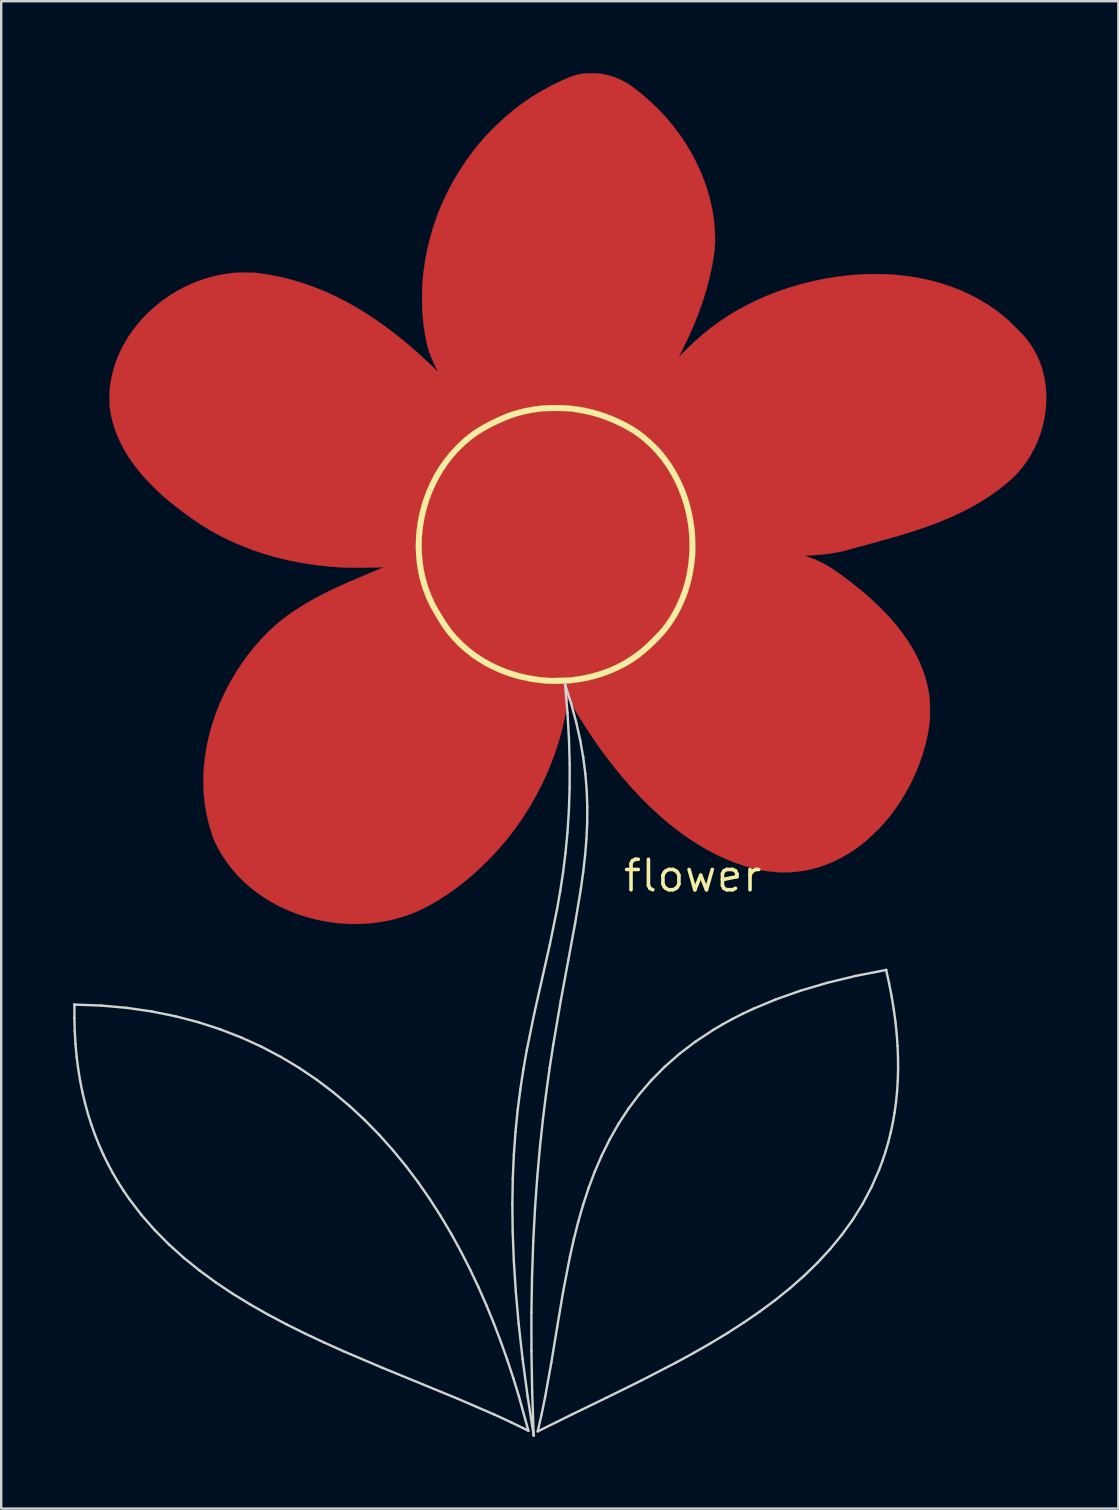
<source format=kicad_pcb>
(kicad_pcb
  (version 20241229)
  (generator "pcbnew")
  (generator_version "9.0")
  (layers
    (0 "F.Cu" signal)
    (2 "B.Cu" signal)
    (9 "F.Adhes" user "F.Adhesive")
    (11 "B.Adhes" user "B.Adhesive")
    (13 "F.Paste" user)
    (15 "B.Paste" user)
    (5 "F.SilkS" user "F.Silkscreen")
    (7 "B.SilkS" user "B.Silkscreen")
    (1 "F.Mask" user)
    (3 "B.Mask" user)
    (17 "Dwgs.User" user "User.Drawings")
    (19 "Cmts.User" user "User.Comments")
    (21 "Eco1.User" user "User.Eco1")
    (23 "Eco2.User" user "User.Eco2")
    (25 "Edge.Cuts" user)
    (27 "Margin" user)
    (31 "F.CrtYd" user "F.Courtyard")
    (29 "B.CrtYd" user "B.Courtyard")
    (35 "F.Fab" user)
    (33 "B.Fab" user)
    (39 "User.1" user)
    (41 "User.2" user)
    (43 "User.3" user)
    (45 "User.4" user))
  (footprint "flower"
    (layer "F.Cu")
    (at 25.818 33.451)
    (property "Reference" "flower" (at 0 0 0) (layer "F.SilkS") (effects (font (size 1.27 1.27) (thickness 0.15))))
    (attr through_hole)
    (fp_poly (pts (xy -4.064 -33.443) (xy -3.946 -33.437) (xy -3.84 -33.428) (xy -3.753 -33.416) (xy -3.484 -33.354) (xy -3.227 -33.271) (xy -2.981 -33.166) (xy -2.749 -33.041) (xy -2.672 -32.993) (xy -2.526 -32.892) (xy -2.368 -32.775) (xy -2.201 -32.642) (xy -2.028 -32.498) (xy -1.854 -32.344) (xy -1.68 -32.185) (xy -1.509 -32.022) (xy -1.347 -31.859) (xy -1.194 -31.698) (xy -1.109 -31.604) (xy -0.826 -31.266) (xy -0.56 -30.916) (xy -0.314 -30.554) (xy -0.088 -30.181) (xy 0.117 -29.801) (xy 0.3 -29.413) (xy 0.462 -29.019) (xy 0.6 -28.622) (xy 0.714 -28.223) (xy 0.793 -27.877) (xy 0.833 -27.667) (xy 0.864 -27.473) (xy 0.889 -27.285) (xy 0.907 -27.095) (xy 0.92 -26.894) (xy 0.926 -26.776) (xy 0.931 -26.609) (xy 0.931 -26.451) (xy 0.926 -26.297) (xy 0.915 -26.141) (xy 0.898 -25.981) (xy 0.875 -25.81) (xy 0.845 -25.626) (xy 0.807 -25.423) (xy 0.793 -25.353) (xy 0.688 -24.875) (xy 0.559 -24.393) (xy 0.407 -23.907) (xy 0.231 -23.416) (xy 0.032 -22.92) (xy -0.191 -22.418) (xy -0.43 -21.927) (xy -0.47 -21.847) (xy -0.506 -21.775) (xy -0.537 -21.713) (xy -0.561 -21.666) (xy -0.577 -21.634) (xy -0.582 -21.623) (xy -0.575 -21.629) (xy -0.552 -21.651) (xy -0.515 -21.687) (xy -0.467 -21.734) (xy -0.409 -21.792) (xy -0.344 -21.857) (xy -0.31 -21.891) (xy 0.03 -22.219) (xy 0.372 -22.523) (xy 0.721 -22.807) (xy 1.078 -23.071) (xy 1.447 -23.319) (xy 1.715 -23.485) (xy 2.14 -23.725) (xy 2.582 -23.947) (xy 3.038 -24.151) (xy 3.506 -24.336) (xy 3.985 -24.501) (xy 4.473 -24.647) (xy 4.967 -24.772) (xy 5.466 -24.876) (xy 5.967 -24.96) (xy 6.47 -25.022) (xy 6.972 -25.062) (xy 7.471 -25.079) (xy 7.965 -25.074) (xy 8.453 -25.046) (xy 8.547 -25.037) (xy 9.022 -24.982) (xy 9.485 -24.905) (xy 9.933 -24.807) (xy 10.368 -24.688) (xy 10.789 -24.549) (xy 11.196 -24.388) (xy 11.589 -24.206) (xy 11.968 -24.004) (xy 12.332 -23.781) (xy 12.681 -23.538) (xy 12.992 -23.293) (xy 13.055 -23.239) (xy 13.13 -23.17) (xy 13.216 -23.09) (xy 13.309 -23.002) (xy 13.404 -22.908) (xy 13.5 -22.813) (xy 13.593 -22.72) (xy 13.679 -22.632) (xy 13.755 -22.551) (xy 13.818 -22.482) (xy 13.854 -22.441) (xy 14.04 -22.202) (xy 14.202 -21.953) (xy 14.343 -21.692) (xy 14.463 -21.419) (xy 14.561 -21.133) (xy 14.639 -20.831) (xy 14.656 -20.752) (xy 14.698 -20.495) (xy 14.724 -20.225) (xy 14.733 -19.946) (xy 14.727 -19.664) (xy 14.704 -19.386) (xy 14.666 -19.117) (xy 14.661 -19.09) (xy 14.59 -18.765) (xy 14.496 -18.447) (xy 14.383 -18.138) (xy 14.249 -17.84) (xy 14.097 -17.554) (xy 13.927 -17.283) (xy 13.741 -17.027) (xy 13.538 -16.789) (xy 13.321 -16.571) (xy 13.021 -16.309) (xy 12.698 -16.056) (xy 12.352 -15.813) (xy 11.984 -15.58) (xy 11.595 -15.358) (xy 11.185 -15.147) (xy 10.754 -14.948) (xy 10.303 -14.76) (xy 10.116 -14.687) (xy 9.959 -14.628) (xy 9.803 -14.572) (xy 9.647 -14.516) (xy 9.489 -14.462) (xy 9.326 -14.407) (xy 9.158 -14.352) (xy 8.981 -14.297) (xy 8.795 -14.24) (xy 8.597 -14.18) (xy 8.386 -14.118) (xy 8.159 -14.053) (xy 7.915 -13.985) (xy 7.652 -13.912) (xy 7.368 -13.834) (xy 7.061 -13.75) (xy 7.055 -13.748) (xy 6.94 -13.717) (xy 6.828 -13.687) (xy 6.721 -13.658) (xy 6.624 -13.631) (xy 6.54 -13.608) (xy 6.472 -13.59) (xy 6.425 -13.577) (xy 6.42 -13.575) (xy 6.174 -13.514) (xy 5.906 -13.462) (xy 5.62 -13.419) (xy 5.318 -13.385) (xy 5.002 -13.362) (xy 4.978 -13.361) (xy 4.9 -13.356) (xy 4.828 -13.353) (xy 4.767 -13.35) (xy 4.722 -13.348) (xy 4.699 -13.347) (xy 4.686 -13.345) (xy 4.691 -13.339) (xy 4.713 -13.328) (xy 4.757 -13.31) (xy 4.822 -13.286) (xy 4.826 -13.285) (xy 5.001 -13.22) (xy 5.163 -13.153) (xy 5.318 -13.082) (xy 5.469 -13.005) (xy 5.62 -12.92) (xy 5.775 -12.825) (xy 5.938 -12.717) (xy 6.114 -12.594) (xy 6.204 -12.529) (xy 6.609 -12.224) (xy 6.99 -11.919) (xy 7.346 -11.615) (xy 7.677 -11.311) (xy 7.984 -11.006) (xy 8.268 -10.7) (xy 8.528 -10.393) (xy 8.765 -10.085) (xy 8.979 -9.775) (xy 9.17 -9.463) (xy 9.34 -9.148) (xy 9.34 -9.148) (xy 9.489 -8.828) (xy 9.614 -8.51) (xy 9.716 -8.188) (xy 9.796 -7.861) (xy 9.856 -7.525) (xy 9.864 -7.468) (xy 9.872 -7.388) (xy 9.879 -7.288) (xy 9.884 -7.173) (xy 9.887 -7.047) (xy 9.888 -6.916) (xy 9.888 -6.784) (xy 9.886 -6.656) (xy 9.882 -6.536) (xy 9.876 -6.429) (xy 9.869 -6.341) (xy 9.864 -6.303) (xy 9.791 -5.878) (xy 9.694 -5.455) (xy 9.572 -5.036) (xy 9.428 -4.623) (xy 9.26 -4.218) (xy 9.071 -3.821) (xy 8.86 -3.435) (xy 8.629 -3.061) (xy 8.379 -2.702) (xy 8.322 -2.626) (xy 8.203 -2.473) (xy 8.09 -2.334) (xy 7.976 -2.201) (xy 7.856 -2.069) (xy 7.724 -1.932) (xy 7.646 -1.853) (xy 7.436 -1.651) (xy 7.231 -1.467) (xy 7.025 -1.299) (xy 6.813 -1.142) (xy 6.623 -1.013) (xy 6.304 -0.819) (xy 5.98 -0.649) (xy 5.651 -0.504) (xy 5.317 -0.383) (xy 4.979 -0.287) (xy 4.637 -0.215) (xy 4.292 -0.169) (xy 3.945 -0.147) (xy 3.596 -0.151) (xy 3.245 -0.179) (xy 2.893 -0.233) (xy 2.877 -0.236) (xy 2.481 -0.325) (xy 2.084 -0.439) (xy 1.689 -0.578) (xy 1.293 -0.742) (xy 0.899 -0.929) (xy 0.506 -1.142) (xy 0.115 -1.377) (xy -0.275 -1.637) (xy -0.662 -1.92) (xy -1.046 -2.226) (xy -1.427 -2.555) (xy -1.805 -2.907) (xy -2.179 -3.281) (xy -2.548 -3.677) (xy -2.913 -4.096) (xy -3.232 -4.483) (xy -3.61 -4.971) (xy -3.973 -5.47) (xy -4.324 -5.985) (xy -4.665 -6.52) (xy -4.771 -6.694) (xy -4.813 -6.763) (xy -4.861 -6.843) (xy -4.911 -6.929) (xy -4.963 -7.017) (xy -5.014 -7.105) (xy -5.062 -7.188) (xy -5.104 -7.262) (xy -5.139 -7.323) (xy -5.164 -7.369) (xy -5.172 -7.385) (xy -5.192 -7.423) (xy -5.199 -7.391) (xy -5.202 -7.369) (xy -5.209 -7.326) (xy -5.218 -7.267) (xy -5.229 -7.198) (xy -5.238 -7.131) (xy -5.322 -6.642) (xy -5.431 -6.152) (xy -5.563 -5.663) (xy -5.719 -5.175) (xy -5.897 -4.691) (xy -6.098 -4.212) (xy -6.32 -3.74) (xy -6.563 -3.277) (xy -6.826 -2.823) (xy -7.109 -2.381) (xy -7.134 -2.343) (xy -7.409 -1.953) (xy -7.695 -1.58) (xy -7.997 -1.22) (xy -8.317 -0.867) (xy -8.509 -0.669) (xy -8.843 -0.34) (xy -9.179 -0.035) (xy -9.518 0.249) (xy -9.864 0.516) (xy -10.219 0.766) (xy -10.587 1.003) (xy -10.739 1.095) (xy -11.06 1.276) (xy -11.379 1.433) (xy -11.7 1.57) (xy -12.026 1.686) (xy -12.362 1.785) (xy -12.56 1.833) (xy -12.874 1.897) (xy -13.199 1.947) (xy -13.53 1.982) (xy -13.86 2.002) (xy -14.183 2.006) (xy -14.427 1.998) (xy -14.844 1.964) (xy -15.255 1.906) (xy -15.658 1.827) (xy -16.054 1.725) (xy -16.44 1.602) (xy -16.815 1.457) (xy -17.178 1.293) (xy -17.529 1.108) (xy -17.865 0.903) (xy -18.186 0.679) (xy -18.348 0.553) (xy -18.638 0.305) (xy -18.907 0.043) (xy -19.155 -0.233) (xy -19.383 -0.523) (xy -19.589 -0.825) (xy -19.773 -1.14) (xy -19.838 -1.265) (xy -19.873 -1.336) (xy -19.902 -1.395) (xy -19.927 -1.45) (xy -19.95 -1.504) (xy -19.972 -1.563) (xy -19.997 -1.633) (xy -20.027 -1.72) (xy -20.043 -1.765) (xy -20.16 -2.15) (xy -20.253 -2.542) (xy -20.322 -2.942) (xy -20.368 -3.348) (xy -20.39 -3.76) (xy -20.389 -4.177) (xy -20.364 -4.597) (xy -20.315 -5.021) (xy -20.243 -5.448) (xy -20.147 -5.876) (xy -20.028 -6.304) (xy -19.886 -6.733) (xy -19.879 -6.75) (xy -19.714 -7.172) (xy -19.525 -7.588) (xy -19.315 -7.997) (xy -19.084 -8.397) (xy -18.835 -8.786) (xy -18.568 -9.161) (xy -18.284 -9.52) (xy -17.986 -9.861) (xy -17.675 -10.181) (xy -17.664 -10.192) (xy -17.389 -10.444) (xy -17.09 -10.691) (xy -16.766 -10.931) (xy -16.42 -11.164) (xy -16.05 -11.39) (xy -15.748 -11.56) (xy -15.608 -11.635) (xy -15.466 -11.709) (xy -15.321 -11.783) (xy -15.171 -11.858) (xy -15.013 -11.933) (xy -14.846 -12.012) (xy -14.668 -12.093) (xy -14.477 -12.178) (xy -14.271 -12.269) (xy -14.048 -12.365) (xy -13.807 -12.469) (xy -13.545 -12.579) (xy -13.386 -12.646) (xy -13.28 -12.691) (xy -13.18 -12.732) (xy -13.091 -12.77) (xy -13.014 -12.803) (xy -12.952 -12.83) (xy -12.906 -12.85) (xy -12.88 -12.861) (xy -12.875 -12.864) (xy -12.883 -12.866) (xy -12.911 -12.867) (xy -12.955 -12.865) (xy -12.99 -12.863) (xy -13.064 -12.859) (xy -13.16 -12.855) (xy -13.273 -12.852) (xy -13.401 -12.849) (xy -13.539 -12.847) (xy -13.683 -12.845) (xy -13.83 -12.844) (xy -13.975 -12.843) (xy -14.116 -12.843) (xy -14.247 -12.844) (xy -14.366 -12.846) (xy -14.468 -12.848) (xy -14.55 -12.851) (xy -14.561 -12.851) (xy -15.136 -12.891) (xy -15.698 -12.952) (xy -16.245 -13.034) (xy -16.78 -13.137) (xy -17.301 -13.26) (xy -17.811 -13.405) (xy -18.309 -13.571) (xy -18.676 -13.709) (xy -19.065 -13.872) (xy -19.436 -14.043) (xy -19.794 -14.225) (xy -20.142 -14.421) (xy -20.486 -14.633) (xy -20.83 -14.864) (xy -21.165 -15.106) (xy -21.354 -15.248) (xy -21.525 -15.379) (xy -21.681 -15.502) (xy -21.824 -15.618) (xy -21.957 -15.73) (xy -22.085 -15.841) (xy -22.208 -15.953) (xy -22.331 -16.069) (xy -22.433 -16.167) (xy -22.727 -16.468) (xy -22.995 -16.769) (xy -23.238 -17.073) (xy -23.457 -17.378) (xy -23.65 -17.686) (xy -23.819 -17.996) (xy -23.964 -18.309) (xy -24.084 -18.625) (xy -24.18 -18.944) (xy -24.252 -19.267) (xy -24.278 -19.425) (xy -24.288 -19.509) (xy -24.295 -19.614) (xy -24.3 -19.732) (xy -24.302 -19.86) (xy -24.302 -19.99) (xy -24.3 -20.119) (xy -24.295 -20.24) (xy -24.288 -20.347) (xy -24.279 -20.436) (xy -24.278 -20.441) (xy -24.216 -20.789) (xy -24.13 -21.13) (xy -24.02 -21.465) (xy -23.886 -21.792) (xy -23.728 -22.111) (xy -23.547 -22.42) (xy -23.344 -22.72) (xy -23.118 -23.009) (xy -22.967 -23.183) (xy -22.695 -23.465) (xy -22.407 -23.726) (xy -22.106 -23.968) (xy -21.791 -24.189) (xy -21.463 -24.388) (xy -21.124 -24.566) (xy -20.774 -24.721) (xy -20.414 -24.854) (xy -20.046 -24.964) (xy -19.669 -25.049) (xy -19.286 -25.111) (xy -19.241 -25.117) (xy -19.161 -25.124) (xy -19.062 -25.13) (xy -18.948 -25.135) (xy -18.825 -25.138) (xy -18.697 -25.14) (xy -18.57 -25.14) (xy -18.447 -25.138) (xy -18.335 -25.135) (xy -18.237 -25.13) (xy -18.16 -25.124) (xy -18.155 -25.123) (xy -17.675 -25.055) (xy -17.195 -24.961) (xy -16.716 -24.842) (xy -16.238 -24.699) (xy -15.764 -24.532) (xy -15.293 -24.341) (xy -14.863 -24.143) (xy -14.421 -23.916) (xy -13.978 -23.666) (xy -13.534 -23.391) (xy -13.09 -23.093) (xy -12.646 -22.772) (xy -12.204 -22.429) (xy -11.764 -22.065) (xy -11.328 -21.68) (xy -10.897 -21.275) (xy -10.835 -21.215) (xy -10.774 -21.156) (xy -10.72 -21.105) (xy -10.675 -21.062) (xy -10.642 -21.031) (xy -10.623 -21.014) (xy -10.619 -21.012) (xy -10.626 -21.027) (xy -10.642 -21.061) (xy -10.666 -21.109) (xy -10.694 -21.168) (xy -10.711 -21.203) (xy -10.817 -21.428) (xy -10.907 -21.637) (xy -10.98 -21.83) (xy -11.037 -22.009) (xy -11.076 -22.159) (xy -11.12 -22.376) (xy -11.161 -22.611) (xy -11.198 -22.857) (xy -11.229 -23.105) (xy -11.253 -23.35) (xy -11.264 -23.5) (xy -11.269 -23.59) (xy -11.272 -23.7) (xy -11.275 -23.825) (xy -11.277 -23.96) (xy -11.277 -24.098) (xy -11.276 -24.236) (xy -11.275 -24.368) (xy -11.272 -24.489) (xy -11.268 -24.594) (xy -11.265 -24.657) (xy -11.219 -25.158) (xy -11.148 -25.655) (xy -11.052 -26.147) (xy -10.932 -26.633) (xy -10.789 -27.113) (xy -10.621 -27.585) (xy -10.43 -28.049) (xy -10.216 -28.505) (xy -9.978 -28.951) (xy -9.719 -29.386) (xy -9.436 -29.811) (xy -9.232 -30.093) (xy -9.07 -30.304) (xy -8.908 -30.503) (xy -8.743 -30.696) (xy -8.569 -30.887) (xy -8.382 -31.081) (xy -8.215 -31.248) (xy -7.859 -31.582) (xy -7.493 -31.893) (xy -7.114 -32.182) (xy -6.723 -32.451) (xy -6.316 -32.7) (xy -5.894 -32.93) (xy -5.454 -33.143) (xy -5.361 -33.184) (xy -5.23 -33.241) (xy -5.114 -33.288) (xy -5.01 -33.326) (xy -4.911 -33.357) (xy -4.812 -33.383) (xy -4.707 -33.405) (xy -4.616 -33.422) (xy -4.531 -33.433) (xy -4.427 -33.441) (xy -4.311 -33.445) (xy -4.187 -33.446) (xy -4.064 -33.443)) (stroke (width 0.01) (type solid)) (fill yes) (layer "F.Cu"))
    (fp_poly (pts (xy -5.582 -19.618) (xy -5.299 -19.606) (xy -5.032 -19.584) (xy -4.775 -19.552) (xy -4.518 -19.507) (xy -4.255 -19.448) (xy -4.153 -19.423) (xy -3.866 -19.341) (xy -3.577 -19.242) (xy -3.292 -19.13) (xy -3.013 -19.006) (xy -2.746 -18.871) (xy -2.494 -18.728) (xy -2.263 -18.578) (xy -2.223 -18.55) (xy -2.091 -18.452) (xy -1.951 -18.339) (xy -1.807 -18.215) (xy -1.665 -18.086) (xy -1.529 -17.955) (xy -1.403 -17.826) (xy -1.292 -17.704) (xy -1.249 -17.653) (xy -1.044 -17.389) (xy -0.857 -17.119) (xy -0.687 -16.837) (xy -0.529 -16.537) (xy -0.513 -16.504) (xy -0.368 -16.184) (xy -0.243 -15.861) (xy -0.138 -15.531) (xy -0.051 -15.191) (xy 0.019 -14.838) (xy 0.071 -14.469) (xy 0.084 -14.357) (xy 0.092 -14.265) (xy 0.098 -14.153) (xy 0.102 -14.027) (xy 0.105 -13.892) (xy 0.106 -13.753) (xy 0.106 -13.616) (xy 0.104 -13.487) (xy 0.1 -13.369) (xy 0.094 -13.27) (xy 0.091 -13.233) (xy 0.045 -12.856) (xy -0.02 -12.494) (xy -0.103 -12.146) (xy -0.206 -11.809) (xy -0.33 -11.482) (xy -0.474 -11.163) (xy -0.476 -11.157) (xy -0.609 -10.901) (xy -0.75 -10.662) (xy -0.902 -10.434) (xy -1.067 -10.215) (xy -1.249 -10.001) (xy -1.451 -9.787) (xy -1.631 -9.611) (xy -1.816 -9.44) (xy -1.991 -9.287) (xy -2.16 -9.15) (xy -2.326 -9.026) (xy -2.494 -8.912) (xy -2.667 -8.805) (xy -2.849 -8.703) (xy -3.045 -8.603) (xy -3.067 -8.592) (xy -3.409 -8.439) (xy -3.761 -8.308) (xy -4.125 -8.201) (xy -4.5 -8.115) (xy -4.887 -8.053) (xy -5.055 -8.033) (xy -5.139 -8.025) (xy -5.243 -8.019) (xy -5.361 -8.014) (xy -5.489 -8.01) (xy -5.62 -8.008) (xy -5.748 -8.007) (xy -5.87 -8.007) (xy -5.979 -8.009) (xy -6.069 -8.013) (xy -6.088 -8.014) (xy -6.335 -8.037) (xy -6.593 -8.071) (xy -6.852 -8.115) (xy -7.103 -8.166) (xy -7.289 -8.212) (xy -7.644 -8.318) (xy -7.989 -8.444) (xy -8.322 -8.591) (xy -8.642 -8.756) (xy -8.949 -8.94) (xy -9.241 -9.141) (xy -9.516 -9.359) (xy -9.775 -9.593) (xy -10.016 -9.842) (xy -10.237 -10.105) (xy -10.438 -10.381) (xy -10.575 -10.598) (xy -10.619 -10.672) (xy -10.671 -10.759) (xy -10.723 -10.847) (xy -10.772 -10.928) (xy -10.78 -10.941) (xy -10.953 -11.254) (xy -11.105 -11.579) (xy -11.233 -11.914) (xy -11.34 -12.257) (xy -11.424 -12.608) (xy -11.485 -12.965) (xy -11.523 -13.328) (xy -11.538 -13.695) (xy -11.536 -13.777) (xy -11.299 -13.777) (xy -11.289 -13.417) (xy -11.257 -13.062) (xy -11.201 -12.711) (xy -11.124 -12.368) (xy -11.023 -12.032) (xy -10.901 -11.706) (xy -10.756 -11.391) (xy -10.75 -11.379) (xy -10.688 -11.261) (xy -10.616 -11.132) (xy -10.537 -10.996) (xy -10.453 -10.857) (xy -10.367 -10.718) (xy -10.28 -10.584) (xy -10.197 -10.459) (xy -10.119 -10.347) (xy -10.049 -10.251) (xy -10.017 -10.211) (xy -9.788 -9.946) (xy -9.54 -9.698) (xy -9.274 -9.468) (xy -8.992 -9.255) (xy -8.694 -9.061) (xy -8.381 -8.886) (xy -8.054 -8.731) (xy -7.715 -8.596) (xy -7.363 -8.482) (xy -7.132 -8.42) (xy -6.865 -8.36) (xy -6.599 -8.313) (xy -6.327 -8.276) (xy -6.052 -8.25) (xy -5.998 -8.248) (xy -5.925 -8.246) (xy -5.834 -8.246) (xy -5.732 -8.247) (xy -5.622 -8.249) (xy -5.509 -8.251) (xy -5.397 -8.254) (xy -5.292 -8.258) (xy -5.197 -8.262) (xy -5.116 -8.267) (xy -5.055 -8.272) (xy -5.042 -8.273) (xy -4.657 -8.329) (xy -4.288 -8.406) (xy -3.933 -8.503) (xy -3.592 -8.621) (xy -3.264 -8.759) (xy -2.948 -8.919) (xy -2.645 -9.101) (xy -2.353 -9.305) (xy -2.117 -9.491) (xy -2.055 -9.545) (xy -1.98 -9.613) (xy -1.897 -9.691) (xy -1.809 -9.776) (xy -1.718 -9.866) (xy -1.627 -9.956) (xy -1.54 -10.045) (xy -1.459 -10.129) (xy -1.388 -10.204) (xy -1.33 -10.269) (xy -1.287 -10.319) (xy -1.119 -10.541) (xy -0.97 -10.761) (xy -0.834 -10.988) (xy -0.707 -11.229) (xy -0.692 -11.259) (xy -0.544 -11.588) (xy -0.418 -11.925) (xy -0.316 -12.271) (xy -0.236 -12.627) (xy -0.178 -12.993) (xy -0.143 -13.371) (xy -0.131 -13.621) (xy -0.133 -13.994) (xy -0.157 -14.364) (xy -0.204 -14.73) (xy -0.272 -15.09) (xy -0.361 -15.443) (xy -0.471 -15.787) (xy -0.601 -16.122) (xy -0.75 -16.446) (xy -0.918 -16.758) (xy -1.104 -17.057) (xy -1.308 -17.341) (xy -1.529 -17.609) (xy -1.766 -17.86) (xy -2.02 -18.092) (xy -2.136 -18.187) (xy -2.289 -18.305) (xy -2.442 -18.412) (xy -2.6 -18.513) (xy -2.769 -18.61) (xy -2.954 -18.708) (xy -3.042 -18.752) (xy -3.351 -18.895) (xy -3.657 -19.018) (xy -3.964 -19.122) (xy -4.278 -19.208) (xy -4.603 -19.279) (xy -4.944 -19.335) (xy -5.067 -19.351) (xy -5.152 -19.359) (xy -5.258 -19.366) (xy -5.379 -19.37) (xy -5.512 -19.374) (xy -5.652 -19.375) (xy -5.793 -19.375) (xy -5.932 -19.373) (xy -6.064 -19.37) (xy -6.184 -19.365) (xy -6.288 -19.358) (xy -6.363 -19.351) (xy -6.626 -19.313) (xy -6.875 -19.268) (xy -7.113 -19.213) (xy -7.345 -19.148) (xy -7.576 -19.071) (xy -7.81 -18.979) (xy -8.053 -18.873) (xy -8.308 -18.75) (xy -8.317 -18.746) (xy -8.526 -18.638) (xy -8.716 -18.531) (xy -8.891 -18.423) (xy -9.057 -18.31) (xy -9.218 -18.188) (xy -9.379 -18.055) (xy -9.521 -17.93) (xy -9.761 -17.696) (xy -9.987 -17.441) (xy -10.2 -17.168) (xy -10.396 -16.878) (xy -10.577 -16.573) (xy -10.739 -16.256) (xy -10.882 -15.928) (xy -11.004 -15.591) (xy -11.006 -15.584) (xy -11.111 -15.226) (xy -11.193 -14.865) (xy -11.251 -14.502) (xy -11.287 -14.139) (xy -11.299 -13.777) (xy -11.536 -13.777) (xy -11.53 -14.064) (xy -11.499 -14.436) (xy -11.445 -14.807) (xy -11.368 -15.178) (xy -11.267 -15.547) (xy -11.221 -15.691) (xy -11.086 -16.058) (xy -10.93 -16.41) (xy -10.754 -16.746) (xy -10.558 -17.068) (xy -10.341 -17.375) (xy -10.104 -17.667) (xy -9.846 -17.943) (xy -9.837 -17.952) (xy -9.661 -18.122) (xy -9.489 -18.276) (xy -9.315 -18.416) (xy -9.136 -18.546) (xy -8.947 -18.669) (xy -8.743 -18.789) (xy -8.521 -18.909) (xy -8.433 -18.953) (xy -8.255 -19.041) (xy -8.094 -19.117) (xy -7.946 -19.183) (xy -7.807 -19.241) (xy -7.672 -19.292) (xy -7.537 -19.338) (xy -7.398 -19.381) (xy -7.269 -19.417) (xy -6.945 -19.496) (xy -6.623 -19.555) (xy -6.297 -19.595) (xy -5.964 -19.616) (xy -5.619 -19.618) (xy -5.582 -19.618)) (stroke (width 0.01) (type solid)) (fill yes) (layer "F.SilkS"))
    (fp_line (start -25.768 5.929) (end -25.753 6.478) (stroke (width 0.1) (type solid)) (layer "Edge.Cuts"))
    (fp_line (start -25.765 5.365) (end -25.768 5.929) (stroke (width 0.1) (type solid)) (layer "Edge.Cuts"))
    (fp_line (start -25.765 5.365) (end -25.765 5.365) (stroke (width 0.1) (type solid)) (layer "Edge.Cuts"))
    (fp_line (start -25.765 5.365) (end -25.765 5.365) (stroke (width 0.1) (type solid)) (layer "Edge.Cuts"))
    (fp_line (start -25.753 6.478) (end -25.722 7.012) (stroke (width 0.1) (type solid)) (layer "Edge.Cuts"))
    (fp_line (start -25.722 7.012) (end -25.674 7.532) (stroke (width 0.1) (type solid)) (layer "Edge.Cuts"))
    (fp_line (start -25.674 7.532) (end -25.61 8.038) (stroke (width 0.1) (type solid)) (layer "Edge.Cuts"))
    (fp_line (start -25.61 8.038) (end -25.53 8.531) (stroke (width 0.1) (type solid)) (layer "Edge.Cuts"))
    (fp_line (start -25.53 8.531) (end -25.435 9.01) (stroke (width 0.1) (type solid)) (layer "Edge.Cuts"))
    (fp_line (start -25.435 9.01) (end -25.324 9.475) (stroke (width 0.1) (type solid)) (layer "Edge.Cuts"))
    (fp_line (start -25.324 9.475) (end -25.2 9.928) (stroke (width 0.1) (type solid)) (layer "Edge.Cuts"))
    (fp_line (start -25.2 9.928) (end -25.061 10.368) (stroke (width 0.1) (type solid)) (layer "Edge.Cuts"))
    (fp_line (start -25.061 10.368) (end -24.908 10.796) (stroke (width 0.1) (type solid)) (layer "Edge.Cuts"))
    (fp_line (start -24.908 10.796) (end -24.741 11.212) (stroke (width 0.1) (type solid)) (layer "Edge.Cuts"))
    (fp_line (start -24.741 11.212) (end -24.562 11.616) (stroke (width 0.1) (type solid)) (layer "Edge.Cuts"))
    (fp_line (start -24.649 5.406) (end -25.765 5.365) (stroke (width 0.1) (type solid)) (layer "Edge.Cuts"))
    (fp_line (start -24.562 11.616) (end -24.369 12.008) (stroke (width 0.1) (type solid)) (layer "Edge.Cuts"))
    (fp_line (start -24.369 12.008) (end -24.165 12.39) (stroke (width 0.1) (type solid)) (layer "Edge.Cuts"))
    (fp_line (start -24.165 12.39) (end -23.948 12.76) (stroke (width 0.1) (type solid)) (layer "Edge.Cuts"))
    (fp_line (start -23.948 12.76) (end -23.72 13.119) (stroke (width 0.1) (type solid)) (layer "Edge.Cuts"))
    (fp_line (start -23.72 13.119) (end -23.48 13.469) (stroke (width 0.1) (type solid)) (layer "Edge.Cuts"))
    (fp_line (start -23.575 5.502) (end -24.649 5.406) (stroke (width 0.1) (type solid)) (layer "Edge.Cuts"))
    (fp_line (start -23.48 13.469) (end -22.969 14.137) (stroke (width 0.1) (type solid)) (layer "Edge.Cuts"))
    (fp_line (start -22.969 14.137) (end -22.417 14.767) (stroke (width 0.1) (type solid)) (layer "Edge.Cuts"))
    (fp_line (start -22.542 5.652) (end -23.575 5.502) (stroke (width 0.1) (type solid)) (layer "Edge.Cuts"))
    (fp_line (start -22.417 14.767) (end -21.828 15.361) (stroke (width 0.1) (type solid)) (layer "Edge.Cuts"))
    (fp_line (start -21.828 15.361) (end -21.205 15.922) (stroke (width 0.1) (type solid)) (layer "Edge.Cuts"))
    (fp_line (start -21.549 5.853) (end -22.542 5.652) (stroke (width 0.1) (type solid)) (layer "Edge.Cuts"))
    (fp_line (start -21.205 15.922) (end -20.55 16.45) (stroke (width 0.1) (type solid)) (layer "Edge.Cuts"))
    (fp_line (start -20.596 6.102) (end -21.549 5.853) (stroke (width 0.1) (type solid)) (layer "Edge.Cuts"))
    (fp_line (start -20.55 16.45) (end -19.867 16.95) (stroke (width 0.1) (type solid)) (layer "Edge.Cuts"))
    (fp_line (start -19.867 16.95) (end -19.159 17.423) (stroke (width 0.1) (type solid)) (layer "Edge.Cuts"))
    (fp_line (start -19.682 6.399) (end -20.596 6.102) (stroke (width 0.1) (type solid)) (layer "Edge.Cuts"))
    (fp_line (start -19.159 17.423) (end -18.428 17.87) (stroke (width 0.1) (type solid)) (layer "Edge.Cuts"))
    (fp_line (start -18.805 6.74) (end -19.682 6.399) (stroke (width 0.1) (type solid)) (layer "Edge.Cuts"))
    (fp_line (start -18.428 17.87) (end -17.679 18.295) (stroke (width 0.1) (type solid)) (layer "Edge.Cuts"))
    (fp_line (start -17.966 7.123) (end -18.805 6.74) (stroke (width 0.1) (type solid)) (layer "Edge.Cuts"))
    (fp_line (start -17.679 18.295) (end -16.912 18.7) (stroke (width 0.1) (type solid)) (layer "Edge.Cuts"))
    (fp_line (start -17.163 7.546) (end -17.966 7.123) (stroke (width 0.1) (type solid)) (layer "Edge.Cuts"))
    (fp_line (start -16.912 18.7) (end -16.133 19.087) (stroke (width 0.1) (type solid)) (layer "Edge.Cuts"))
    (fp_line (start -16.396 8.006) (end -17.163 7.546) (stroke (width 0.1) (type solid)) (layer "Edge.Cuts"))
    (fp_line (start -16.133 19.087) (end -15.343 19.457) (stroke (width 0.1) (type solid)) (layer "Edge.Cuts"))
    (fp_line (start -15.663 8.502) (end -16.396 8.006) (stroke (width 0.1) (type solid)) (layer "Edge.Cuts"))
    (fp_line (start -15.343 19.457) (end -14.547 19.814) (stroke (width 0.1) (type solid)) (layer "Edge.Cuts"))
    (fp_line (start -14.964 9.032) (end -15.663 8.502) (stroke (width 0.1) (type solid)) (layer "Edge.Cuts"))
    (fp_line (start -14.547 19.814) (end -12.944 20.497) (stroke (width 0.1) (type solid)) (layer "Edge.Cuts"))
    (fp_line (start -14.298 9.592) (end -14.964 9.032) (stroke (width 0.1) (type solid)) (layer "Edge.Cuts"))
    (fp_line (start -13.664 10.181) (end -14.298 9.592) (stroke (width 0.1) (type solid)) (layer "Edge.Cuts"))
    (fp_line (start -13.062 10.796) (end -13.664 10.181) (stroke (width 0.1) (type solid)) (layer "Edge.Cuts"))
    (fp_line (start -12.944 20.497) (end -9.784 21.795) (stroke (width 0.1) (type solid)) (layer "Edge.Cuts"))
    (fp_line (start -12.491 11.436) (end -13.062 10.796) (stroke (width 0.1) (type solid)) (layer "Edge.Cuts"))
    (fp_line (start -11.949 12.097) (end -12.491 11.436) (stroke (width 0.1) (type solid)) (layer "Edge.Cuts"))
    (fp_line (start -11.436 12.778) (end -11.949 12.097) (stroke (width 0.1) (type solid)) (layer "Edge.Cuts"))
    (fp_line (start -10.952 13.477) (end -11.436 12.778) (stroke (width 0.1) (type solid)) (layer "Edge.Cuts"))
    (fp_line (start -10.495 14.191) (end -10.952 13.477) (stroke (width 0.1) (type solid)) (layer "Edge.Cuts"))
    (fp_line (start -10.064 14.917) (end -10.495 14.191) (stroke (width 0.1) (type solid)) (layer "Edge.Cuts"))
    (fp_line (start -9.784 21.795) (end -8.275 22.447) (stroke (width 0.1) (type solid)) (layer "Edge.Cuts"))
    (fp_line (start -9.659 15.655) (end -10.064 14.917) (stroke (width 0.1) (type solid)) (layer "Edge.Cuts"))
    (fp_line (start -9.279 16.401) (end -9.659 15.655) (stroke (width 0.1) (type solid)) (layer "Edge.Cuts"))
    (fp_line (start -8.923 17.153) (end -9.279 16.401) (stroke (width 0.1) (type solid)) (layer "Edge.Cuts"))
    (fp_line (start -8.591 17.909) (end -8.923 17.153) (stroke (width 0.1) (type solid)) (layer "Edge.Cuts"))
    (fp_line (start -8.281 18.667) (end -8.591 17.909) (stroke (width 0.1) (type solid)) (layer "Edge.Cuts"))
    (fp_line (start -8.275 22.447) (end -7.55 22.782) (stroke (width 0.1) (type solid)) (layer "Edge.Cuts"))
    (fp_line (start -7.992 19.425) (end -8.281 18.667) (stroke (width 0.1) (type solid)) (layer "Edge.Cuts"))
    (fp_line (start -7.725 20.179) (end -7.992 19.425) (stroke (width 0.1) (type solid)) (layer "Edge.Cuts"))
    (fp_line (start -7.55 22.782) (end -6.847 23.125) (stroke (width 0.1) (type solid)) (layer "Edge.Cuts"))
    (fp_line (start -7.515 13.693) (end -7.498 12.625) (stroke (width 0.1) (type solid)) (layer "Edge.Cuts"))
    (fp_line (start -7.502 14.828) (end -7.515 13.693) (stroke (width 0.1) (type solid)) (layer "Edge.Cuts"))
    (fp_line (start -7.498 12.625) (end -7.453 11.615) (stroke (width 0.1) (type solid)) (layer "Edge.Cuts"))
    (fp_line (start -7.477 20.929) (end -7.725 20.179) (stroke (width 0.1) (type solid)) (layer "Edge.Cuts"))
    (fp_line (start -7.455 16.033) (end -7.502 14.828) (stroke (width 0.1) (type solid)) (layer "Edge.Cuts"))
    (fp_line (start -7.453 11.615) (end -7.384 10.661) (stroke (width 0.1) (type solid)) (layer "Edge.Cuts"))
    (fp_line (start -7.384 10.661) (end -7.293 9.754) (stroke (width 0.1) (type solid)) (layer "Edge.Cuts"))
    (fp_line (start -7.373 17.315) (end -7.455 16.033) (stroke (width 0.1) (type solid)) (layer "Edge.Cuts"))
    (fp_line (start -7.293 9.754) (end -7.182 8.891) (stroke (width 0.1) (type solid)) (layer "Edge.Cuts"))
    (fp_line (start -7.252 18.679) (end -7.373 17.315) (stroke (width 0.1) (type solid)) (layer "Edge.Cuts"))
    (fp_line (start -7.249 21.671) (end -7.477 20.929) (stroke (width 0.1) (type solid)) (layer "Edge.Cuts"))
    (fp_line (start -7.182 8.891) (end -7.056 8.065) (stroke (width 0.1) (type solid)) (layer "Edge.Cuts"))
    (fp_line (start -7.089 20.131) (end -7.252 18.679) (stroke (width 0.1) (type solid)) (layer "Edge.Cuts"))
    (fp_line (start -7.056 8.065) (end -6.916 7.271) (stroke (width 0.1) (type solid)) (layer "Edge.Cuts"))
    (fp_line (start -6.916 7.271) (end -6.607 5.755) (stroke (width 0.1) (type solid)) (layer "Edge.Cuts"))
    (fp_line (start -6.882 21.676) (end -7.089 20.131) (stroke (width 0.1) (type solid)) (layer "Edge.Cuts"))
    (fp_line (start -6.847 23.125) (end -7.249 21.671) (stroke (width 0.1) (type solid)) (layer "Edge.Cuts"))
    (fp_line (start -6.721 18.184) (end -6.72 19.804) (stroke (width 0.1) (type solid)) (layer "Edge.Cuts"))
    (fp_line (start -6.72 19.804) (end -6.69 21.514) (stroke (width 0.1) (type solid)) (layer "Edge.Cuts"))
    (fp_line (start -6.694 16.652) (end -6.721 18.184) (stroke (width 0.1) (type solid)) (layer "Edge.Cuts"))
    (fp_line (start -6.69 21.514) (end -6.627 23.32) (stroke (width 0.1) (type solid)) (layer "Edge.Cuts"))
    (fp_line (start -6.643 15.202) (end -6.694 16.652) (stroke (width 0.1) (type solid)) (layer "Edge.Cuts"))
    (fp_line (start -6.627 23.32) (end -6.882 21.676) (stroke (width 0.1) (type solid)) (layer "Edge.Cuts"))
    (fp_line (start -6.627 23.32) (end -6.627 23.32) (stroke (width 0.1) (type solid)) (layer "Edge.Cuts"))
    (fp_line (start -6.627 23.32) (end -6.627 23.32) (stroke (width 0.1) (type solid)) (layer "Edge.Cuts"))
    (fp_line (start -6.607 5.755) (end -5.953 2.859) (stroke (width 0.1) (type solid)) (layer "Edge.Cuts"))
    (fp_line (start -6.569 13.831) (end -6.643 15.202) (stroke (width 0.1) (type solid)) (layer "Edge.Cuts"))
    (fp_line (start -6.476 12.534) (end -6.569 13.831) (stroke (width 0.1) (type solid)) (layer "Edge.Cuts"))
    (fp_line (start -6.459 23.152) (end -6.297 22.444) (stroke (width 0.1) (type solid)) (layer "Edge.Cuts"))
    (fp_line (start -6.366 11.308) (end -6.476 12.534) (stroke (width 0.1) (type solid)) (layer "Edge.Cuts"))
    (fp_line (start -6.297 22.444) (end -6.151 21.727) (stroke (width 0.1) (type solid)) (layer "Edge.Cuts"))
    (fp_line (start -6.242 10.147) (end -6.366 11.308) (stroke (width 0.1) (type solid)) (layer "Edge.Cuts"))
    (fp_line (start -6.151 21.727) (end -5.889 20.273) (stroke (width 0.1) (type solid)) (layer "Edge.Cuts"))
    (fp_line (start -6.106 9.048) (end -6.242 10.147) (stroke (width 0.1) (type solid)) (layer "Edge.Cuts"))
    (fp_line (start -5.961 8.007) (end -6.106 9.048) (stroke (width 0.1) (type solid)) (layer "Edge.Cuts"))
    (fp_line (start -5.953 2.859) (end -5.653 1.389) (stroke (width 0.1) (type solid)) (layer "Edge.Cuts"))
    (fp_line (start -5.889 20.273) (end -5.648 18.803) (stroke (width 0.1) (type solid)) (layer "Edge.Cuts"))
    (fp_line (start -5.808 7.019) (end -5.961 8.007) (stroke (width 0.1) (type solid)) (layer "Edge.Cuts"))
    (fp_line (start -5.653 1.389) (end -5.519 0.628) (stroke (width 0.1) (type solid)) (layer "Edge.Cuts"))
    (fp_line (start -5.648 18.803) (end -5.399 17.328) (stroke (width 0.1) (type solid)) (layer "Edge.Cuts"))
    (fp_line (start -5.519 0.628) (end -5.4 -0.156) (stroke (width 0.1) (type solid)) (layer "Edge.Cuts"))
    (fp_line (start -5.495 5.187) (end -5.808 7.019) (stroke (width 0.1) (type solid)) (layer "Edge.Cuts"))
    (fp_line (start -5.4 -0.156) (end -5.299 -0.971) (stroke (width 0.1) (type solid)) (layer "Edge.Cuts"))
    (fp_line (start -5.399 17.328) (end -5.115 15.863) (stroke (width 0.1) (type solid)) (layer "Edge.Cuts"))
    (fp_line (start -5.32 -7.979) (end -5.066 -7.179) (stroke (width 0.1) (type solid)) (layer "Edge.Cuts"))
    (fp_line (start -5.299 -0.971) (end -5.218 -1.821) (stroke (width 0.1) (type solid)) (layer "Edge.Cuts"))
    (fp_line (start -5.219 -6.799) (end -5.32 -7.979) (stroke (width 0.1) (type solid)) (layer "Edge.Cuts"))
    (fp_line (start -5.218 -1.821) (end -5.16 -2.712) (stroke (width 0.1) (type solid)) (layer "Edge.Cuts"))
    (fp_line (start -5.185 3.518) (end -5.495 5.187) (stroke (width 0.1) (type solid)) (layer "Edge.Cuts"))
    (fp_line (start -5.16 -2.712) (end -5.129 -3.65) (stroke (width 0.1) (type solid)) (layer "Edge.Cuts"))
    (fp_line (start -5.155 -5.687) (end -5.219 -6.799) (stroke (width 0.1) (type solid)) (layer "Edge.Cuts"))
    (fp_line (start -5.129 -3.65) (end -5.126 -4.64) (stroke (width 0.1) (type solid)) (layer "Edge.Cuts"))
    (fp_line (start -5.126 -4.64) (end -5.155 -5.687) (stroke (width 0.1) (type solid)) (layer "Edge.Cuts"))
    (fp_line (start -5.115 15.863) (end -4.952 15.137) (stroke (width 0.1) (type solid)) (layer "Edge.Cuts"))
    (fp_line (start -5.066 -7.179) (end -4.857 -6.409) (stroke (width 0.1) (type solid)) (layer "Edge.Cuts"))
    (fp_line (start -5.048 22.454) (end -6.459 23.152) (stroke (width 0.1) (type solid)) (layer "Edge.Cuts"))
    (fp_line (start -4.952 15.137) (end -4.77 14.418) (stroke (width 0.1) (type solid)) (layer "Edge.Cuts"))
    (fp_line (start -4.9 1.979) (end -5.185 3.518) (stroke (width 0.1) (type solid)) (layer "Edge.Cuts"))
    (fp_line (start -4.857 -6.409) (end -4.69 -5.666) (stroke (width 0.1) (type solid)) (layer "Edge.Cuts"))
    (fp_line (start -4.77 14.418) (end -4.566 13.708) (stroke (width 0.1) (type solid)) (layer "Edge.Cuts"))
    (fp_line (start -4.69 -5.666) (end -4.563 -4.944) (stroke (width 0.1) (type solid)) (layer "Edge.Cuts"))
    (fp_line (start -4.66 0.537) (end -4.9 1.979) (stroke (width 0.1) (type solid)) (layer "Edge.Cuts"))
    (fp_line (start -4.566 13.708) (end -4.337 13.008) (stroke (width 0.1) (type solid)) (layer "Edge.Cuts"))
    (fp_line (start -4.563 -0.159) (end -4.66 0.537) (stroke (width 0.1) (type solid)) (layer "Edge.Cuts"))
    (fp_line (start -4.563 -4.944) (end -4.472 -4.24) (stroke (width 0.1) (type solid)) (layer "Edge.Cuts"))
    (fp_line (start -4.485 -0.844) (end -4.563 -0.159) (stroke (width 0.1) (type solid)) (layer "Edge.Cuts"))
    (fp_line (start -4.472 -4.24) (end -4.416 -3.55) (stroke (width 0.1) (type solid)) (layer "Edge.Cuts"))
    (fp_line (start -4.429 -1.521) (end -4.485 -0.844) (stroke (width 0.1) (type solid)) (layer "Edge.Cuts"))
    (fp_line (start -4.416 -3.55) (end -4.392 -2.87) (stroke (width 0.1) (type solid)) (layer "Edge.Cuts"))
    (fp_line (start -4.397 -2.195) (end -4.429 -1.521) (stroke (width 0.1) (type solid)) (layer "Edge.Cuts"))
    (fp_line (start -4.392 -2.87) (end -4.397 -2.195) (stroke (width 0.1) (type solid)) (layer "Edge.Cuts"))
    (fp_line (start -4.337 13.008) (end -4.078 12.319) (stroke (width 0.1) (type solid)) (layer "Edge.Cuts"))
    (fp_line (start -4.078 12.319) (end -3.786 11.644) (stroke (width 0.1) (type solid)) (layer "Edge.Cuts"))
    (fp_line (start -3.786 11.644) (end -3.459 10.983) (stroke (width 0.1) (type solid)) (layer "Edge.Cuts"))
    (fp_line (start -3.598 21.751) (end -5.048 22.454) (stroke (width 0.1) (type solid)) (layer "Edge.Cuts"))
    (fp_line (start -3.459 10.983) (end -3.093 10.339) (stroke (width 0.1) (type solid)) (layer "Edge.Cuts"))
    (fp_line (start -3.093 10.339) (end -2.684 9.712) (stroke (width 0.1) (type solid)) (layer "Edge.Cuts"))
    (fp_line (start -2.684 9.712) (end -2.229 9.106) (stroke (width 0.1) (type solid)) (layer "Edge.Cuts"))
    (fp_line (start -2.229 9.106) (end -1.725 8.52) (stroke (width 0.1) (type solid)) (layer "Edge.Cuts"))
    (fp_line (start -2.132 21.028) (end -3.598 21.751) (stroke (width 0.1) (type solid)) (layer "Edge.Cuts"))
    (fp_line (start -1.725 8.52) (end -1.167 7.957) (stroke (width 0.1) (type solid)) (layer "Edge.Cuts"))
    (fp_line (start -1.167 7.957) (end -0.554 7.418) (stroke (width 0.1) (type solid)) (layer "Edge.Cuts"))
    (fp_line (start -0.674 20.273) (end -2.132 21.028) (stroke (width 0.1) (type solid)) (layer "Edge.Cuts"))
    (fp_line (start -0.554 7.418) (end 0.12 6.905) (stroke (width 0.1) (type solid)) (layer "Edge.Cuts"))
    (fp_line (start 0.046 19.88) (end -0.674 20.273) (stroke (width 0.1) (type solid)) (layer "Edge.Cuts"))
    (fp_line (start 0.12 6.905) (end 0.856 6.42) (stroke (width 0.1) (type solid)) (layer "Edge.Cuts"))
    (fp_line (start 0.756 19.473) (end 0.046 19.88) (stroke (width 0.1) (type solid)) (layer "Edge.Cuts"))
    (fp_line (start 0.856 6.42) (end 1.249 6.188) (stroke (width 0.1) (type solid)) (layer "Edge.Cuts"))
    (fp_line (start 1.249 6.188) (end 1.659 5.963) (stroke (width 0.1) (type solid)) (layer "Edge.Cuts"))
    (fp_line (start 1.453 19.052) (end 0.756 19.473) (stroke (width 0.1) (type solid)) (layer "Edge.Cuts"))
    (fp_line (start 1.659 5.963) (end 2.086 5.746) (stroke (width 0.1) (type solid)) (layer "Edge.Cuts"))
    (fp_line (start 2.086 5.746) (end 2.531 5.537) (stroke (width 0.1) (type solid)) (layer "Edge.Cuts"))
    (fp_line (start 2.133 18.614) (end 1.453 19.052) (stroke (width 0.1) (type solid)) (layer "Edge.Cuts"))
    (fp_line (start 2.531 5.537) (end 3.477 5.144) (stroke (width 0.1) (type solid)) (layer "Edge.Cuts"))
    (fp_line (start 2.795 18.159) (end 2.133 18.614) (stroke (width 0.1) (type solid)) (layer "Edge.Cuts"))
    (fp_line (start 3.436 17.684) (end 2.795 18.159) (stroke (width 0.1) (type solid)) (layer "Edge.Cuts"))
    (fp_line (start 3.477 5.144) (end 4.499 4.784) (stroke (width 0.1) (type solid)) (layer "Edge.Cuts"))
    (fp_line (start 4.052 17.188) (end 3.436 17.684) (stroke (width 0.1) (type solid)) (layer "Edge.Cuts"))
    (fp_line (start 4.499 4.784) (end 5.602 4.459) (stroke (width 0.1) (type solid)) (layer "Edge.Cuts"))
    (fp_line (start 4.641 16.669) (end 4.052 17.188) (stroke (width 0.1) (type solid)) (layer "Edge.Cuts"))
    (fp_line (start 5.2 16.125) (end 4.641 16.669) (stroke (width 0.1) (type solid)) (layer "Edge.Cuts"))
    (fp_line (start 5.602 4.459) (end 6.788 4.171) (stroke (width 0.1) (type solid)) (layer "Edge.Cuts"))
    (fp_line (start 5.726 15.556) (end 5.2 16.125) (stroke (width 0.1) (type solid)) (layer "Edge.Cuts"))
    (fp_line (start 6.217 14.958) (end 5.726 15.556) (stroke (width 0.1) (type solid)) (layer "Edge.Cuts"))
    (fp_line (start 6.669 14.332) (end 6.217 14.958) (stroke (width 0.1) (type solid)) (layer "Edge.Cuts"))
    (fp_line (start 6.788 4.171) (end 8.061 3.922) (stroke (width 0.1) (type solid)) (layer "Edge.Cuts"))
    (fp_line (start 7.08 13.674) (end 6.669 14.332) (stroke (width 0.1) (type solid)) (layer "Edge.Cuts"))
    (fp_line (start 7.446 12.984) (end 7.08 13.674) (stroke (width 0.1) (type solid)) (layer "Edge.Cuts"))
    (fp_line (start 7.766 12.259) (end 7.446 12.984) (stroke (width 0.1) (type solid)) (layer "Edge.Cuts"))
    (fp_line (start 7.907 11.883) (end 7.766 12.259) (stroke (width 0.1) (type solid)) (layer "Edge.Cuts"))
    (fp_line (start 8.036 11.498) (end 7.907 11.883) (stroke (width 0.1) (type solid)) (layer "Edge.Cuts"))
    (fp_line (start 8.061 3.922) (end 8.061 3.922) (stroke (width 0.1) (type solid)) (layer "Edge.Cuts"))
    (fp_line (start 8.061 3.922) (end 8.061 3.922) (stroke (width 0.1) (type solid)) (layer "Edge.Cuts"))
    (fp_line (start 8.061 3.922) (end 8.186 4.481) (stroke (width 0.1) (type solid)) (layer "Edge.Cuts"))
    (fp_line (start 8.151 11.104) (end 8.036 11.498) (stroke (width 0.1) (type solid)) (layer "Edge.Cuts"))
    (fp_line (start 8.186 4.481) (end 8.292 5.029) (stroke (width 0.1) (type solid)) (layer "Edge.Cuts"))
    (fp_line (start 8.253 10.7) (end 8.151 11.104) (stroke (width 0.1) (type solid)) (layer "Edge.Cuts"))
    (fp_line (start 8.292 5.029) (end 8.38 5.564) (stroke (width 0.1) (type solid)) (layer "Edge.Cuts"))
    (fp_line (start 8.341 10.286) (end 8.253 10.7) (stroke (width 0.1) (type solid)) (layer "Edge.Cuts"))
    (fp_line (start 8.38 5.564) (end 8.45 6.087) (stroke (width 0.1) (type solid)) (layer "Edge.Cuts"))
    (fp_line (start 8.414 9.862) (end 8.341 10.286) (stroke (width 0.1) (type solid)) (layer "Edge.Cuts"))
    (fp_line (start 8.45 6.087) (end 8.503 6.598) (stroke (width 0.1) (type solid)) (layer "Edge.Cuts"))
    (fp_line (start 8.474 9.428) (end 8.414 9.862) (stroke (width 0.1) (type solid)) (layer "Edge.Cuts"))
    (fp_line (start 8.503 6.598) (end 8.538 7.098) (stroke (width 0.1) (type solid)) (layer "Edge.Cuts"))
    (fp_line (start 8.518 8.984) (end 8.474 9.428) (stroke (width 0.1) (type solid)) (layer "Edge.Cuts"))
    (fp_line (start 8.538 7.098) (end 8.557 7.586) (stroke (width 0.1) (type solid)) (layer "Edge.Cuts"))
    (fp_line (start 8.547 8.529) (end 8.518 8.984) (stroke (width 0.1) (type solid)) (layer "Edge.Cuts"))
    (fp_line (start 8.557 7.586) (end 8.56 8.063) (stroke (width 0.1) (type solid)) (layer "Edge.Cuts"))
    (fp_line (start 8.56 8.063) (end 8.547 8.529) (stroke (width 0.1) (type solid)) (layer "Edge.Cuts")))
  (gr_rect
    (start -3 -3)
    (end 43.556 59.821)
    (stroke (width 0.1) (type default))
    (fill no)
    (layer "Edge.Cuts")))
</source>
